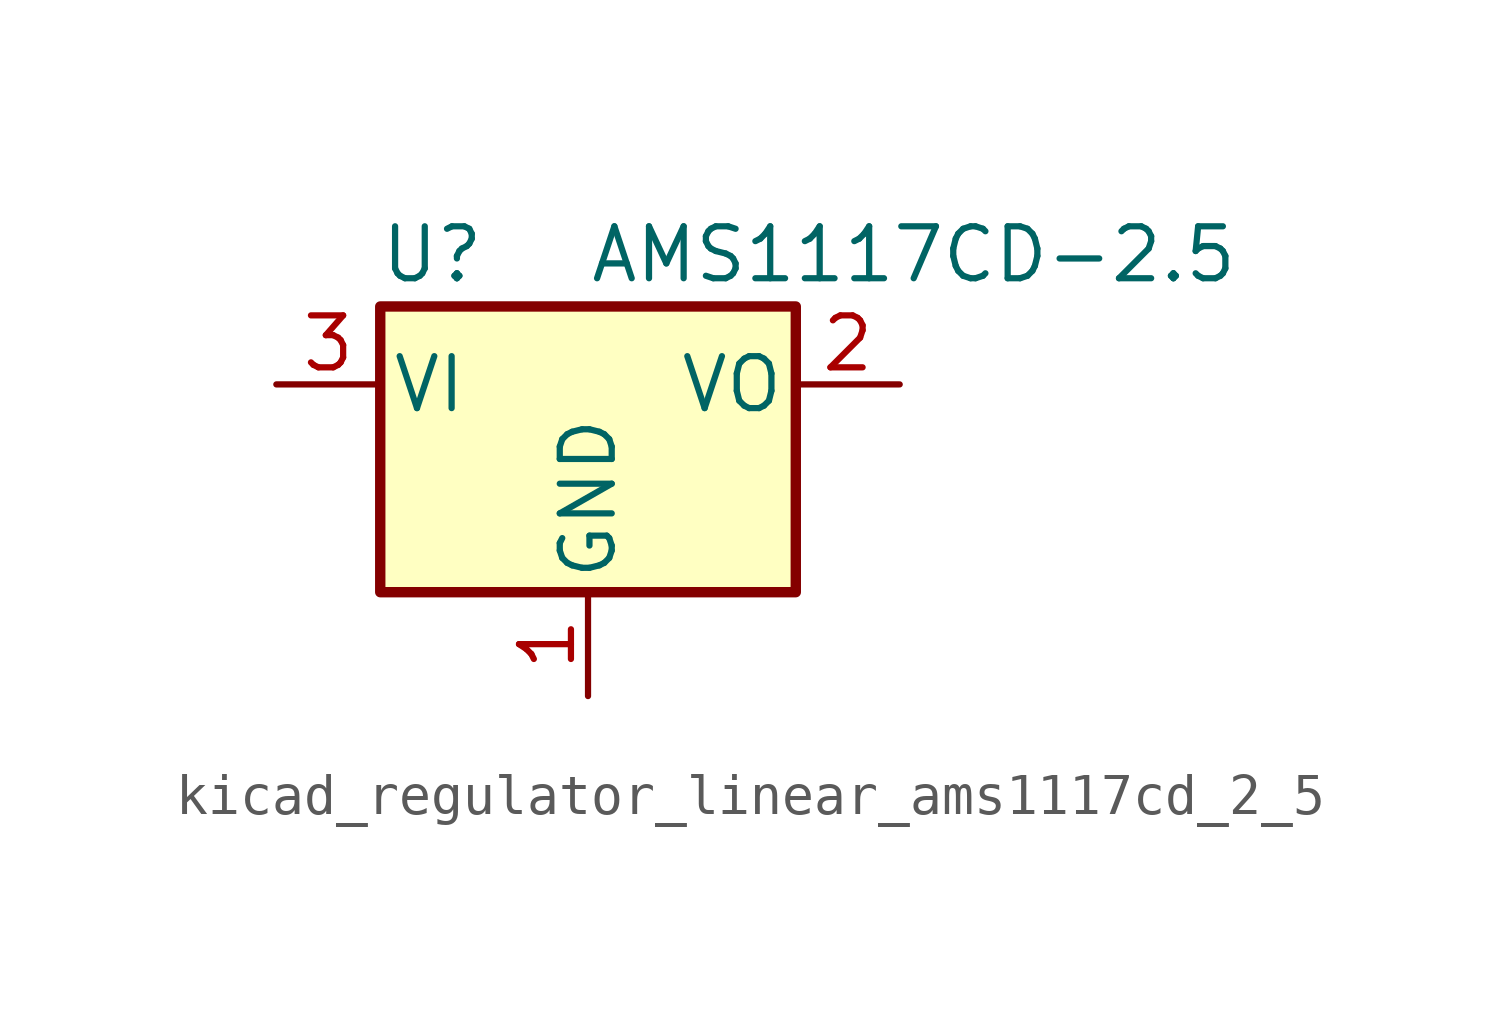
<source format=kicad_sym>
(kicad_symbol_lib
  (version 20220914)
  (generator kicad_symbol_editor)
  (symbol "kicad_regulator_linear_ams1117cd_2_5"
    (pin_names
      (offset 0.254))
    (property "Reference" "U"
      (at -3.81 3.175 0)
      (effects (font (size 1.27 1.27))))
    (property "Value" "AMS1117CD-2.5"
      (at 0 3.175 0)
      (effects (font (size 1.27 1.27)) (justify left)))
    (symbol "kicad_regulator_linear_ams1117cd_2_5_0_1"
      (rectangle (start -5.08 -5.08) (end 5.08 1.905) (stroke (width 0.254) (type default)) (fill (type background))))
    (symbol "kicad_regulator_linear_ams1117cd_2_5_1_1"
      (pin power_in line (at 0 -7.62 90) (length 2.54) (name "GND" (effects (font (size 1.27 1.27)))) (number "1" (effects (font (size 1.27 1.27)))))
      (pin power_out line (at 7.62 0 180) (length 2.54) (name "VO" (effects (font (size 1.27 1.27)))) (number "2" (effects (font (size 1.27 1.27)))))
      (pin power_in line (at -7.62 0 0) (length 2.54) (name "VI" (effects (font (size 1.27 1.27)))) (number "3" (effects (font (size 1.27 1.27))))))))
</source>
